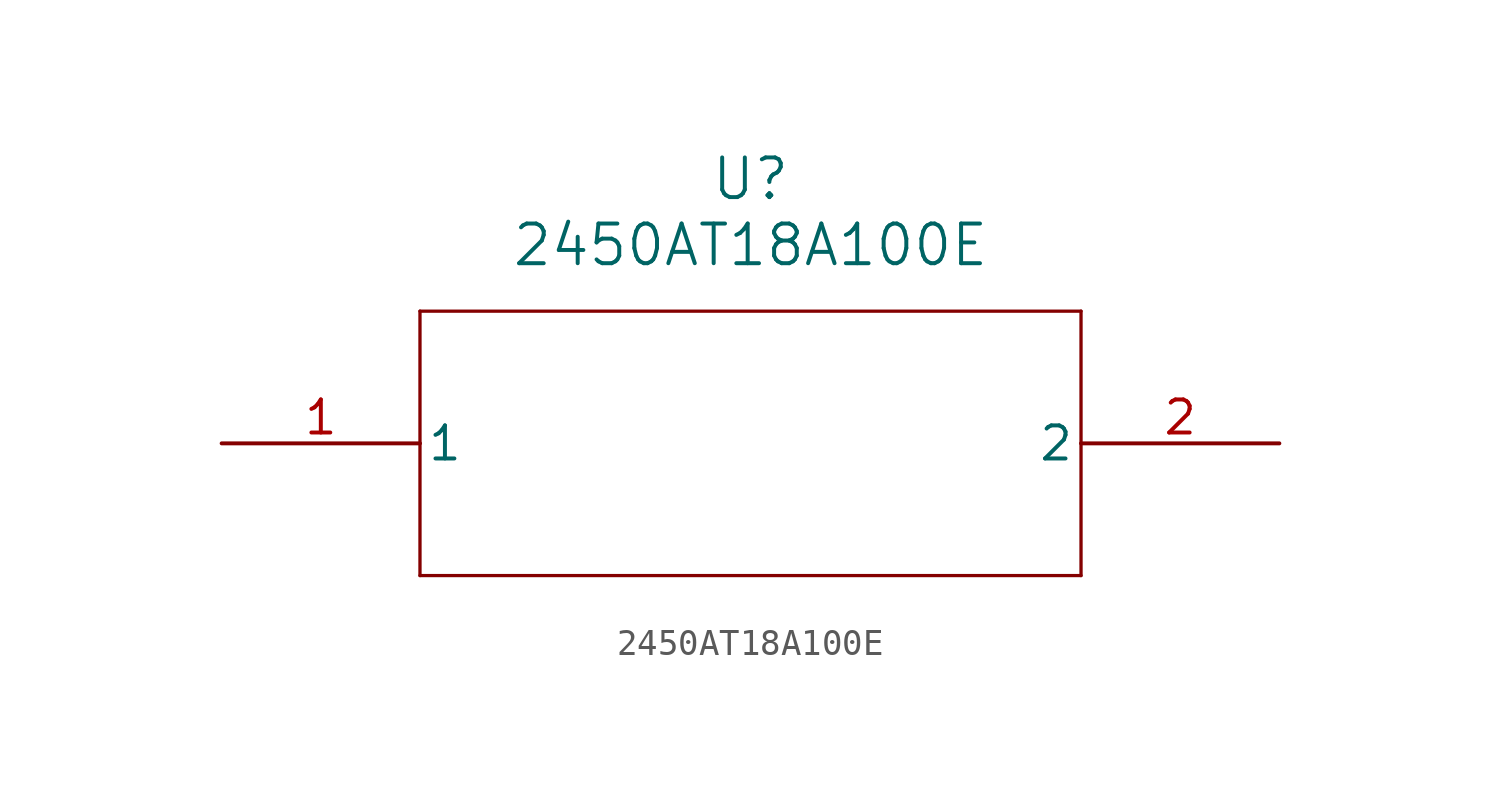
<source format=kicad_sym>
(kicad_symbol_lib
  (version 20231120)
  (generator "kicad_symbol_editor")
  (generator_version "8.0")
  (symbol "2450AT18A100E"
    (pin_names
      (offset 0.254))
    (property "Reference" "U"
      (at 20.32 10.16 0)
      (effects (font (size 1.524 1.524))))
    (property "Value" "2450AT18A100E"
      (at 20.32 7.62 0)
      (effects (font (size 1.524 1.524))))
    (property "ki_locked" ""
      (at 0 0 0)
      (effects (font (size 1.27 1.27))))
    (symbol "2450AT18A100E_0_1"
      (polyline (pts (xy 7.62 -5.08) (xy 33.02 -5.08)) (stroke (width 0.127) (type default)) (fill (type none)))
      (polyline (pts (xy 7.62 5.08) (xy 7.62 -5.08)) (stroke (width 0.127) (type default)) (fill (type none)))
      (polyline (pts (xy 33.02 -5.08) (xy 33.02 5.08)) (stroke (width 0.127) (type default)) (fill (type none)))
      (polyline (pts (xy 33.02 5.08) (xy 7.62 5.08)) (stroke (width 0.127) (type default)) (fill (type none)))
      (pin unspecified line (at 0 0 0) (length 7.62) (name "1" (effects (font (size 1.27 1.27)))) (number "1" (effects (font (size 1.27 1.27)))))
      (pin unspecified line (at 40.64 0 180) (length 7.62) (name "2" (effects (font (size 1.27 1.27)))) (number "2" (effects (font (size 1.27 1.27))))))))
</source>
